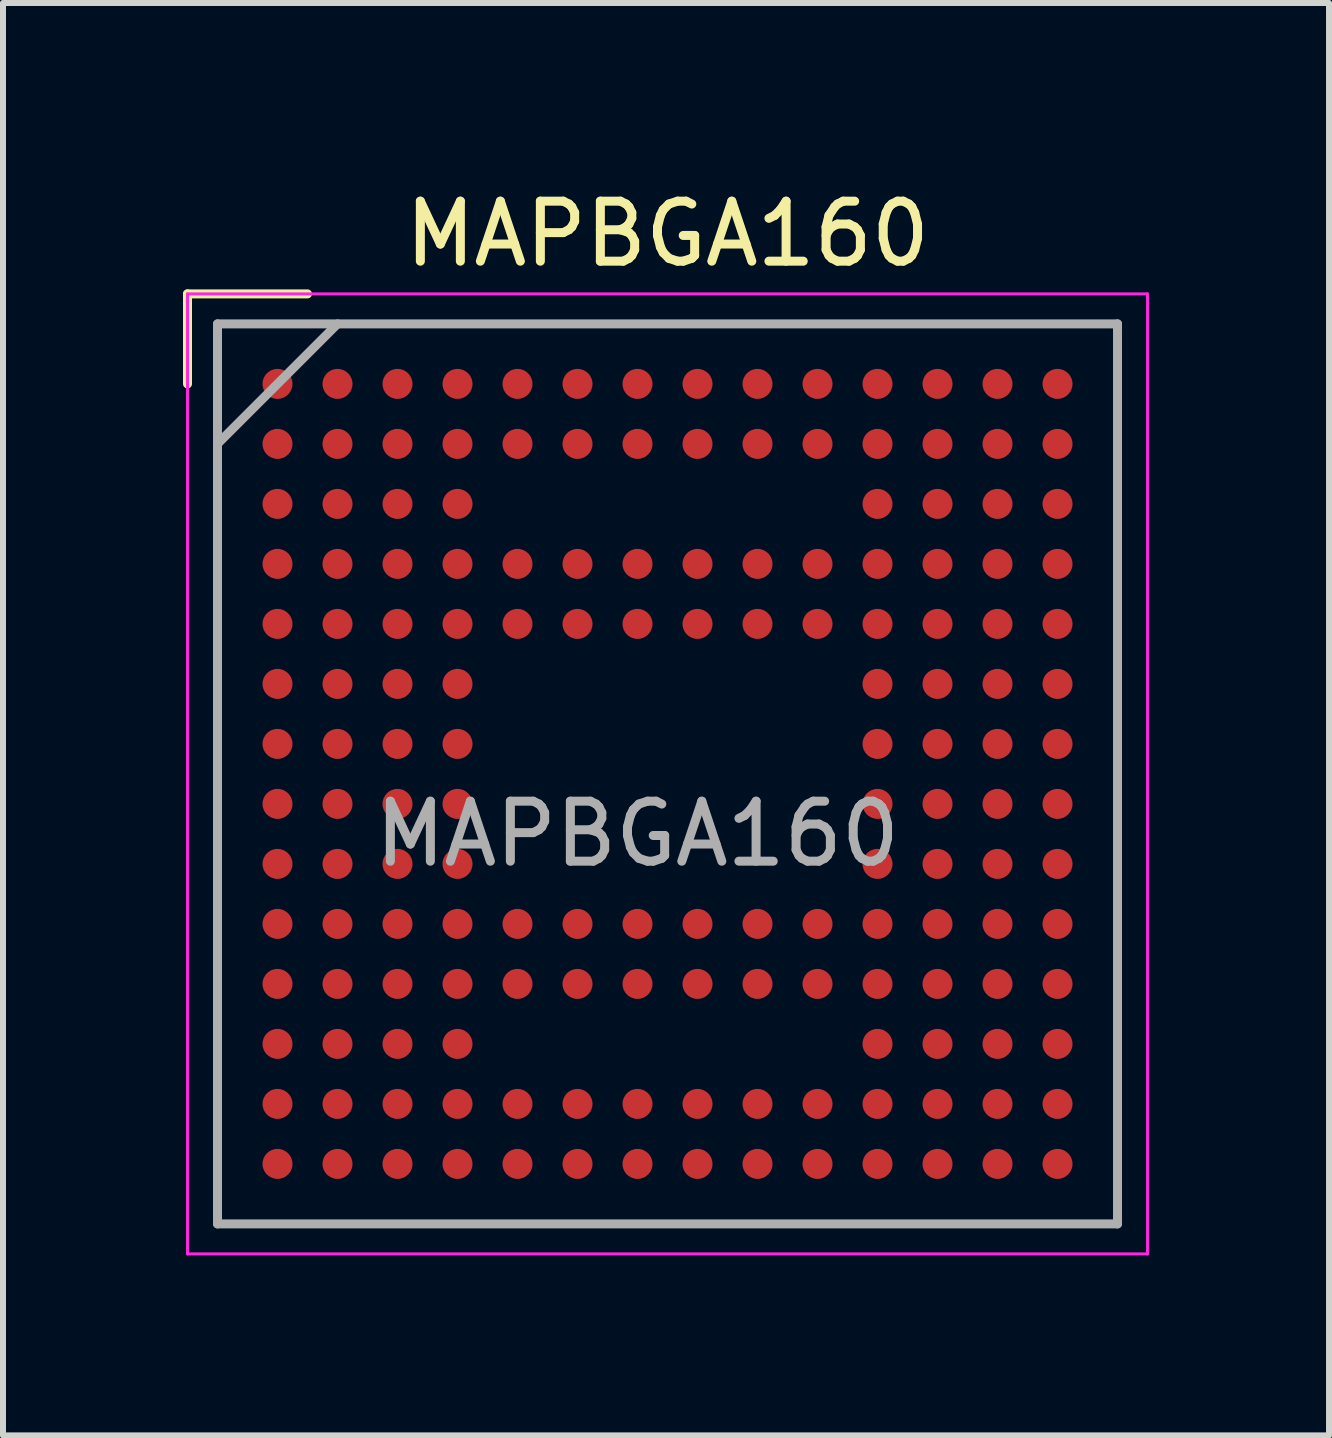
<source format=kicad_pcb>
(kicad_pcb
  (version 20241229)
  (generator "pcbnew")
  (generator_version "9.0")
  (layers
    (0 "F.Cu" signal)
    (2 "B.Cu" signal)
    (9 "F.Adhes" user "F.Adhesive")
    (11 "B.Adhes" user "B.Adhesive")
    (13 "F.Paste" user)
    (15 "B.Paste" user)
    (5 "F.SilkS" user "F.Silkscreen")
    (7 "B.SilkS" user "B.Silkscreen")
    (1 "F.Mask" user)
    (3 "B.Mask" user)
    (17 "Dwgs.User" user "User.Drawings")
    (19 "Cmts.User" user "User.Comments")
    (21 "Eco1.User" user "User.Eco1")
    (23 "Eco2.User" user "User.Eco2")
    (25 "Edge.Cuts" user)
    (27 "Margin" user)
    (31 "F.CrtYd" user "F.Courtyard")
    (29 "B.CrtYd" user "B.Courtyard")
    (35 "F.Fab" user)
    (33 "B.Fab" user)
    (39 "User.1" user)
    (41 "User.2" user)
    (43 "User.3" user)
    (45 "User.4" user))
  (footprint "MAPBGA160"
    (layer "F.Cu")
    (at 8.075 9.848)
    (property "Reference" "MAPBGA160" (at 0 -9 0) (layer "F.SilkS") (effects (font (size 1 1) (thickness 0.15))))
    (attr smd)
    (fp_line (start -8 -8) (end -8 -6.5) (stroke (width 0.15) (type solid)) (layer "F.SilkS"))
    (fp_line (start -6 -8) (end -8 -8) (stroke (width 0.15) (type solid)) (layer "F.SilkS"))
    (fp_line (start -8 -8) (end 8 -8) (stroke (width 0.05) (type solid)) (layer "F.CrtYd"))
    (fp_line (start -8 8) (end -8 -8) (stroke (width 0.05) (type solid)) (layer "F.CrtYd"))
    (fp_line (start 8 -8) (end 8 8) (stroke (width 0.05) (type solid)) (layer "F.CrtYd"))
    (fp_line (start 8 8) (end -8 8) (stroke (width 0.05) (type solid)) (layer "F.CrtYd"))
    (fp_line (start -7.5 -7.5) (end 7.5 -7.5) (stroke (width 0.15) (type solid)) (layer "F.Fab"))
    (fp_line (start -7.5 7.5) (end -7.5 -7.5) (stroke (width 0.15) (type solid)) (layer "F.Fab"))
    (fp_line (start -5.5 -7.5) (end -7.5 -5.5) (stroke (width 0.15) (type solid)) (layer "F.Fab"))
    (fp_line (start 7.5 -7.5) (end 7.5 7.5) (stroke (width 0.15) (type solid)) (layer "F.Fab"))
    (fp_line (start 7.5 7.5) (end -7.5 7.5) (stroke (width 0.15) (type solid)) (layer "F.Fab"))
    (fp_text user "${REFERENCE}" (at -0.5 1 0) (layer "F.Fab") (effects (font (size 1 1) (thickness 0.15))))
    (pad "" smd rect (at -6.5 -6.5) (size 0.5 0.5) (layers "F.Paste"))
    (pad "" smd rect (at -6.5 -5.5) (size 0.5 0.5) (layers "F.Paste"))
    (pad "" smd rect (at -6.5 -4.5) (size 0.5 0.5) (layers "F.Paste"))
    (pad "" smd rect (at -6.5 -3.5) (size 0.5 0.5) (layers "F.Paste"))
    (pad "" smd rect (at -6.5 -2.5) (size 0.5 0.5) (layers "F.Paste"))
    (pad "" smd rect (at -6.5 -1.5) (size 0.5 0.5) (layers "F.Paste"))
    (pad "" smd rect (at -6.5 -0.5) (size 0.5 0.5) (layers "F.Paste"))
    (pad "" smd rect (at -6.5 0.5) (size 0.5 0.5) (layers "F.Paste"))
    (pad "" smd rect (at -6.5 1.5) (size 0.5 0.5) (layers "F.Paste"))
    (pad "" smd rect (at -6.5 2.5) (size 0.5 0.5) (layers "F.Paste"))
    (pad "" smd rect (at -6.5 3.5) (size 0.5 0.5) (layers "F.Paste"))
    (pad "" smd rect (at -6.5 4.5) (size 0.5 0.5) (layers "F.Paste"))
    (pad "" smd rect (at -6.5 5.5) (size 0.5 0.5) (layers "F.Paste"))
    (pad "" smd rect (at -6.5 6.5) (size 0.5 0.5) (layers "F.Paste"))
    (pad "" smd rect (at -5.5 -6.5) (size 0.5 0.5) (layers "F.Paste"))
    (pad "" smd rect (at -5.5 -5.5) (size 0.5 0.5) (layers "F.Paste"))
    (pad "" smd rect (at -5.5 -4.5) (size 0.5 0.5) (layers "F.Paste"))
    (pad "" smd rect (at -5.5 -3.5) (size 0.5 0.5) (layers "F.Paste"))
    (pad "" smd rect (at -5.5 -2.5) (size 0.5 0.5) (layers "F.Paste"))
    (pad "" smd rect (at -5.5 -1.5) (size 0.5 0.5) (layers "F.Paste"))
    (pad "" smd rect (at -5.5 -0.5) (size 0.5 0.5) (layers "F.Paste"))
    (pad "" smd rect (at -5.5 0.5) (size 0.5 0.5) (layers "F.Paste"))
    (pad "" smd rect (at -5.5 1.5) (size 0.5 0.5) (layers "F.Paste"))
    (pad "" smd rect (at -5.5 2.5) (size 0.5 0.5) (layers "F.Paste"))
    (pad "" smd rect (at -5.5 3.5) (size 0.5 0.5) (layers "F.Paste"))
    (pad "" smd rect (at -5.5 4.5) (size 0.5 0.5) (layers "F.Paste"))
    (pad "" smd rect (at -5.5 5.5) (size 0.5 0.5) (layers "F.Paste"))
    (pad "" smd rect (at -5.5 6.5) (size 0.5 0.5) (layers "F.Paste"))
    (pad "" smd rect (at -4.5 -6.5) (size 0.5 0.5) (layers "F.Paste"))
    (pad "" smd rect (at -4.5 -5.5) (size 0.5 0.5) (layers "F.Paste"))
    (pad "" smd rect (at -4.5 -4.5) (size 0.5 0.5) (layers "F.Paste"))
    (pad "" smd rect (at -4.5 -3.5) (size 0.5 0.5) (layers "F.Paste"))
    (pad "" smd rect (at -4.5 -2.5) (size 0.5 0.5) (layers "F.Paste"))
    (pad "" smd rect (at -4.5 -1.5) (size 0.5 0.5) (layers "F.Paste"))
    (pad "" smd rect (at -4.5 -0.5) (size 0.5 0.5) (layers "F.Paste"))
    (pad "" smd rect (at -4.5 0.5) (size 0.5 0.5) (layers "F.Paste"))
    (pad "" smd rect (at -4.5 1.5) (size 0.5 0.5) (layers "F.Paste"))
    (pad "" smd rect (at -4.5 2.5) (size 0.5 0.5) (layers "F.Paste"))
    (pad "" smd rect (at -4.5 3.5) (size 0.5 0.5) (layers "F.Paste"))
    (pad "" smd rect (at -4.5 4.5) (size 0.5 0.5) (layers "F.Paste"))
    (pad "" smd rect (at -4.5 5.5) (size 0.5 0.5) (layers "F.Paste"))
    (pad "" smd rect (at -4.5 6.5) (size 0.5 0.5) (layers "F.Paste"))
    (pad "" smd rect (at -3.5 -6.5) (size 0.5 0.5) (layers "F.Paste"))
    (pad "" smd rect (at -3.5 -5.5) (size 0.5 0.5) (layers "F.Paste"))
    (pad "" smd rect (at -3.5 -4.5) (size 0.5 0.5) (layers "F.Paste"))
    (pad "" smd rect (at -3.5 -3.5) (size 0.5 0.5) (layers "F.Paste"))
    (pad "" smd rect (at -3.5 -2.5) (size 0.5 0.5) (layers "F.Paste"))
    (pad "" smd rect (at -3.5 -1.5) (size 0.5 0.5) (layers "F.Paste"))
    (pad "" smd rect (at -3.5 -0.5) (size 0.5 0.5) (layers "F.Paste"))
    (pad "" smd rect (at -3.5 0.5) (size 0.5 0.5) (layers "F.Paste"))
    (pad "" smd rect (at -3.5 1.5) (size 0.5 0.5) (layers "F.Paste"))
    (pad "" smd rect (at -3.5 2.5) (size 0.5 0.5) (layers "F.Paste"))
    (pad "" smd rect (at -3.5 3.5) (size 0.5 0.5) (layers "F.Paste"))
    (pad "" smd rect (at -3.5 4.5) (size 0.5 0.5) (layers "F.Paste"))
    (pad "" smd rect (at -3.5 5.5) (size 0.5 0.5) (layers "F.Paste"))
    (pad "" smd rect (at -3.5 6.5) (size 0.5 0.5) (layers "F.Paste"))
    (pad "" smd rect (at -2.5 -6.5) (size 0.5 0.5) (layers "F.Paste"))
    (pad "" smd rect (at -2.5 -5.5) (size 0.5 0.5) (layers "F.Paste"))
    (pad "" smd rect (at -2.5 -3.5) (size 0.5 0.5) (layers "F.Paste"))
    (pad "" smd rect (at -2.5 -2.5) (size 0.5 0.5) (layers "F.Paste"))
    (pad "" smd rect (at -2.5 2.5) (size 0.5 0.5) (layers "F.Paste"))
    (pad "" smd rect (at -2.5 3.5) (size 0.5 0.5) (layers "F.Paste"))
    (pad "" smd rect (at -2.5 5.5) (size 0.5 0.5) (layers "F.Paste"))
    (pad "" smd rect (at -2.5 6.5) (size 0.5 0.5) (layers "F.Paste"))
    (pad "" smd rect (at -1.5 -6.5) (size 0.5 0.5) (layers "F.Paste"))
    (pad "" smd rect (at -1.5 -5.5) (size 0.5 0.5) (layers "F.Paste"))
    (pad "" smd rect (at -1.5 -3.5) (size 0.5 0.5) (layers "F.Paste"))
    (pad "" smd rect (at -1.5 -2.5) (size 0.5 0.5) (layers "F.Paste"))
    (pad "" smd rect (at -1.5 2.5) (size 0.5 0.5) (layers "F.Paste"))
    (pad "" smd rect (at -1.5 3.5) (size 0.5 0.5) (layers "F.Paste"))
    (pad "" smd rect (at -1.5 5.5) (size 0.5 0.5) (layers "F.Paste"))
    (pad "" smd rect (at -1.5 6.5) (size 0.5 0.5) (layers "F.Paste"))
    (pad "" smd rect (at -0.5 -6.5) (size 0.5 0.5) (layers "F.Paste"))
    (pad "" smd rect (at -0.5 -5.5) (size 0.5 0.5) (layers "F.Paste"))
    (pad "" smd rect (at -0.5 -3.5) (size 0.5 0.5) (layers "F.Paste"))
    (pad "" smd rect (at -0.5 -2.5) (size 0.5 0.5) (layers "F.Paste"))
    (pad "" smd rect (at -0.5 2.5) (size 0.5 0.5) (layers "F.Paste"))
    (pad "" smd rect (at -0.5 3.5) (size 0.5 0.5) (layers "F.Paste"))
    (pad "" smd rect (at -0.5 5.5) (size 0.5 0.5) (layers "F.Paste"))
    (pad "" smd rect (at -0.5 6.5) (size 0.5 0.5) (layers "F.Paste"))
    (pad "" smd rect (at 0.5 -6.5) (size 0.5 0.5) (layers "F.Paste"))
    (pad "" smd rect (at 0.5 -5.5) (size 0.5 0.5) (layers "F.Paste"))
    (pad "" smd rect (at 0.5 -3.5) (size 0.5 0.5) (layers "F.Paste"))
    (pad "" smd rect (at 0.5 -2.5) (size 0.5 0.5) (layers "F.Paste"))
    (pad "" smd rect (at 0.5 2.5) (size 0.5 0.5) (layers "F.Paste"))
    (pad "" smd rect (at 0.5 3.5) (size 0.5 0.5) (layers "F.Paste"))
    (pad "" smd rect (at 0.5 5.5) (size 0.5 0.5) (layers "F.Paste"))
    (pad "" smd rect (at 0.5 6.5) (size 0.5 0.5) (layers "F.Paste"))
    (pad "" smd rect (at 1.5 -6.5) (size 0.5 0.5) (layers "F.Paste"))
    (pad "" smd rect (at 1.5 -5.5) (size 0.5 0.5) (layers "F.Paste"))
    (pad "" smd rect (at 1.5 -3.5) (size 0.5 0.5) (layers "F.Paste"))
    (pad "" smd rect (at 1.5 -2.5) (size 0.5 0.5) (layers "F.Paste"))
    (pad "" smd rect (at 1.5 2.5) (size 0.5 0.5) (layers "F.Paste"))
    (pad "" smd rect (at 1.5 3.5) (size 0.5 0.5) (layers "F.Paste"))
    (pad "" smd rect (at 1.5 5.5) (size 0.5 0.5) (layers "F.Paste"))
    (pad "" smd rect (at 1.5 6.5) (size 0.5 0.5) (layers "F.Paste"))
    (pad "" smd rect (at 2.5 -6.5) (size 0.5 0.5) (layers "F.Paste"))
    (pad "" smd rect (at 2.5 -5.5) (size 0.5 0.5) (layers "F.Paste"))
    (pad "" smd rect (at 2.5 -3.5) (size 0.5 0.5) (layers "F.Paste"))
    (pad "" smd rect (at 2.5 -2.5) (size 0.5 0.5) (layers "F.Paste"))
    (pad "" smd rect (at 2.5 2.5) (size 0.5 0.5) (layers "F.Paste"))
    (pad "" smd rect (at 2.5 3.5) (size 0.5 0.5) (layers "F.Paste"))
    (pad "" smd rect (at 2.5 5.5) (size 0.5 0.5) (layers "F.Paste"))
    (pad "" smd rect (at 2.5 6.5) (size 0.5 0.5) (layers "F.Paste"))
    (pad "" smd rect (at 3.5 -6.5) (size 0.5 0.5) (layers "F.Paste"))
    (pad "" smd rect (at 3.5 -5.5) (size 0.5 0.5) (layers "F.Paste"))
    (pad "" smd rect (at 3.5 -4.5) (size 0.5 0.5) (layers "F.Paste"))
    (pad "" smd rect (at 3.5 -3.5) (size 0.5 0.5) (layers "F.Paste"))
    (pad "" smd rect (at 3.5 -2.5) (size 0.5 0.5) (layers "F.Paste"))
    (pad "" smd rect (at 3.5 -1.5) (size 0.5 0.5) (layers "F.Paste"))
    (pad "" smd rect (at 3.5 -0.5) (size 0.5 0.5) (layers "F.Paste"))
    (pad "" smd rect (at 3.5 0.5) (size 0.5 0.5) (layers "F.Paste"))
    (pad "" smd rect (at 3.5 1.5) (size 0.5 0.5) (layers "F.Paste"))
    (pad "" smd rect (at 3.5 2.5) (size 0.5 0.5) (layers "F.Paste"))
    (pad "" smd rect (at 3.5 3.5) (size 0.5 0.5) (layers "F.Paste"))
    (pad "" smd rect (at 3.5 4.5) (size 0.5 0.5) (layers "F.Paste"))
    (pad "" smd rect (at 3.5 5.5) (size 0.5 0.5) (layers "F.Paste"))
    (pad "" smd rect (at 3.5 6.5) (size 0.5 0.5) (layers "F.Paste"))
    (pad "" smd rect (at 4.5 -6.5) (size 0.5 0.5) (layers "F.Paste"))
    (pad "" smd rect (at 4.5 -5.5) (size 0.5 0.5) (layers "F.Paste"))
    (pad "" smd rect (at 4.5 -4.5) (size 0.5 0.5) (layers "F.Paste"))
    (pad "" smd rect (at 4.5 -3.5) (size 0.5 0.5) (layers "F.Paste"))
    (pad "" smd rect (at 4.5 -2.5) (size 0.5 0.5) (layers "F.Paste"))
    (pad "" smd rect (at 4.5 -1.5) (size 0.5 0.5) (layers "F.Paste"))
    (pad "" smd rect (at 4.5 -0.5) (size 0.5 0.5) (layers "F.Paste"))
    (pad "" smd rect (at 4.5 0.5) (size 0.5 0.5) (layers "F.Paste"))
    (pad "" smd rect (at 4.5 1.5) (size 0.5 0.5) (layers "F.Paste"))
    (pad "" smd rect (at 4.5 2.5) (size 0.5 0.5) (layers "F.Paste"))
    (pad "" smd rect (at 4.5 3.5) (size 0.5 0.5) (layers "F.Paste"))
    (pad "" smd rect (at 4.5 4.5) (size 0.5 0.5) (layers "F.Paste"))
    (pad "" smd rect (at 4.5 5.5) (size 0.5 0.5) (layers "F.Paste"))
    (pad "" smd rect (at 4.5 6.5) (size 0.5 0.5) (layers "F.Paste"))
    (pad "" smd rect (at 5.5 -6.5) (size 0.5 0.5) (layers "F.Paste"))
    (pad "" smd rect (at 5.5 -5.5) (size 0.5 0.5) (layers "F.Paste"))
    (pad "" smd rect (at 5.5 -4.5) (size 0.5 0.5) (layers "F.Paste"))
    (pad "" smd rect (at 5.5 -3.5) (size 0.5 0.5) (layers "F.Paste"))
    (pad "" smd rect (at 5.5 -2.5) (size 0.5 0.5) (layers "F.Paste"))
    (pad "" smd rect (at 5.5 -1.5) (size 0.5 0.5) (layers "F.Paste"))
    (pad "" smd rect (at 5.5 -0.5) (size 0.5 0.5) (layers "F.Paste"))
    (pad "" smd rect (at 5.5 0.5) (size 0.5 0.5) (layers "F.Paste"))
    (pad "" smd rect (at 5.5 1.5) (size 0.5 0.5) (layers "F.Paste"))
    (pad "" smd rect (at 5.5 2.5) (size 0.5 0.5) (layers "F.Paste"))
    (pad "" smd rect (at 5.5 3.5) (size 0.5 0.5) (layers "F.Paste"))
    (pad "" smd rect (at 5.5 4.5) (size 0.5 0.5) (layers "F.Paste"))
    (pad "" smd rect (at 5.5 5.5) (size 0.5 0.5) (layers "F.Paste"))
    (pad "" smd rect (at 5.5 6.5) (size 0.5 0.5) (layers "F.Paste"))
    (pad "" smd rect (at 6.5 -6.5) (size 0.5 0.5) (layers "F.Paste"))
    (pad "" smd rect (at 6.5 -5.5) (size 0.5 0.5) (layers "F.Paste"))
    (pad "" smd rect (at 6.5 -4.5) (size 0.5 0.5) (layers "F.Paste"))
    (pad "" smd rect (at 6.5 -3.5) (size 0.5 0.5) (layers "F.Paste"))
    (pad "" smd rect (at 6.5 -2.5) (size 0.5 0.5) (layers "F.Paste"))
    (pad "" smd rect (at 6.5 -1.5) (size 0.5 0.5) (layers "F.Paste"))
    (pad "" smd rect (at 6.5 -0.5) (size 0.5 0.5) (layers "F.Paste"))
    (pad "" smd rect (at 6.5 0.5) (size 0.5 0.5) (layers "F.Paste"))
    (pad "" smd rect (at 6.5 1.5) (size 0.5 0.5) (layers "F.Paste"))
    (pad "" smd rect (at 6.5 2.5) (size 0.5 0.5) (layers "F.Paste"))
    (pad "" smd rect (at 6.5 3.5) (size 0.5 0.5) (layers "F.Paste"))
    (pad "" smd rect (at 6.5 4.5) (size 0.5 0.5) (layers "F.Paste"))
    (pad "" smd rect (at 6.5 5.5) (size 0.5 0.5) (layers "F.Paste"))
    (pad "" smd rect (at 6.5 6.5) (size 0.5 0.5) (layers "F.Paste"))
    (pad "A1" smd circle (at -6.5 -6.5) (size 0.5 0.5) (layers "F.Cu" "F.Mask"))
    (pad "A2" smd circle (at -5.5 -6.5) (size 0.5 0.5) (layers "F.Cu" "F.Mask"))
    (pad "A3" smd circle (at -4.5 -6.5) (size 0.5 0.5) (layers "F.Cu" "F.Mask"))
    (pad "A4" smd circle (at -3.5 -6.5) (size 0.5 0.5) (layers "F.Cu" "F.Mask"))
    (pad "A5" smd circle (at -2.5 -6.5) (size 0.5 0.5) (layers "F.Cu" "F.Mask"))
    (pad "A6" smd circle (at -1.5 -6.5) (size 0.5 0.5) (layers "F.Cu" "F.Mask"))
    (pad "A7" smd circle (at -0.5 -6.5) (size 0.5 0.5) (layers "F.Cu" "F.Mask"))
    (pad "A8" smd circle (at 0.5 -6.5) (size 0.5 0.5) (layers "F.Cu" "F.Mask"))
    (pad "A9" smd circle (at 1.5 -6.5) (size 0.5 0.5) (layers "F.Cu" "F.Mask"))
    (pad "A10" smd circle (at 2.5 -6.5) (size 0.5 0.5) (layers "F.Cu" "F.Mask"))
    (pad "A11" smd circle (at 3.5 -6.5) (size 0.5 0.5) (layers "F.Cu" "F.Mask"))
    (pad "A12" smd circle (at 4.5 -6.5) (size 0.5 0.5) (layers "F.Cu" "F.Mask"))
    (pad "A13" smd circle (at 5.5 -6.5) (size 0.5 0.5) (layers "F.Cu" "F.Mask"))
    (pad "A14" smd circle (at 6.5 -6.5) (size 0.5 0.5) (layers "F.Cu" "F.Mask"))
    (pad "B1" smd circle (at -6.5 -5.5) (size 0.5 0.5) (layers "F.Cu" "F.Mask"))
    (pad "B2" smd circle (at -5.5 -5.5) (size 0.5 0.5) (layers "F.Cu" "F.Mask"))
    (pad "B3" smd circle (at -4.5 -5.5) (size 0.5 0.5) (layers "F.Cu" "F.Mask"))
    (pad "B4" smd circle (at -3.5 -5.5) (size 0.5 0.5) (layers "F.Cu" "F.Mask"))
    (pad "B5" smd circle (at -2.5 -5.5) (size 0.5 0.5) (layers "F.Cu" "F.Mask"))
    (pad "B6" smd circle (at -1.5 -5.5) (size 0.5 0.5) (layers "F.Cu" "F.Mask"))
    (pad "B7" smd circle (at -0.5 -5.5) (size 0.5 0.5) (layers "F.Cu" "F.Mask"))
    (pad "B8" smd circle (at 0.5 -5.5) (size 0.5 0.5) (layers "F.Cu" "F.Mask"))
    (pad "B9" smd circle (at 1.5 -5.5) (size 0.5 0.5) (layers "F.Cu" "F.Mask"))
    (pad "B10" smd circle (at 2.5 -5.5) (size 0.5 0.5) (layers "F.Cu" "F.Mask"))
    (pad "B11" smd circle (at 3.5 -5.5) (size 0.5 0.5) (layers "F.Cu" "F.Mask"))
    (pad "B12" smd circle (at 4.5 -5.5) (size 0.5 0.5) (layers "F.Cu" "F.Mask"))
    (pad "B13" smd circle (at 5.5 -5.5) (size 0.5 0.5) (layers "F.Cu" "F.Mask"))
    (pad "B14" smd circle (at 6.5 -5.5) (size 0.5 0.5) (layers "F.Cu" "F.Mask"))
    (pad "C1" smd circle (at -6.5 -4.5) (size 0.5 0.5) (layers "F.Cu" "F.Mask"))
    (pad "C2" smd circle (at -5.5 -4.5) (size 0.5 0.5) (layers "F.Cu" "F.Mask"))
    (pad "C3" smd circle (at -4.5 -4.5) (size 0.5 0.5) (layers "F.Cu" "F.Mask"))
    (pad "C4" smd circle (at -3.5 -4.5) (size 0.5 0.5) (layers "F.Cu" "F.Mask"))
    (pad "C11" smd circle (at 3.5 -4.5) (size 0.5 0.5) (layers "F.Cu" "F.Mask"))
    (pad "C12" smd circle (at 4.5 -4.5) (size 0.5 0.5) (layers "F.Cu" "F.Mask"))
    (pad "C13" smd circle (at 5.5 -4.5) (size 0.5 0.5) (layers "F.Cu" "F.Mask"))
    (pad "C14" smd circle (at 6.5 -4.5) (size 0.5 0.5) (layers "F.Cu" "F.Mask"))
    (pad "D1" smd circle (at -6.5 -3.5) (size 0.5 0.5) (layers "F.Cu" "F.Mask"))
    (pad "D2" smd circle (at -5.5 -3.5) (size 0.5 0.5) (layers "F.Cu" "F.Mask"))
    (pad "D3" smd circle (at -4.5 -3.5) (size 0.5 0.5) (layers "F.Cu" "F.Mask"))
    (pad "D4" smd circle (at -3.5 -3.5) (size 0.5 0.5) (layers "F.Cu" "F.Mask"))
    (pad "D5" smd circle (at -2.5 -3.5) (size 0.5 0.5) (layers "F.Cu" "F.Mask"))
    (pad "D6" smd circle (at -1.5 -3.5) (size 0.5 0.5) (layers "F.Cu" "F.Mask"))
    (pad "D7" smd circle (at -0.5 -3.5) (size 0.5 0.5) (layers "F.Cu" "F.Mask"))
    (pad "D8" smd circle (at 0.5 -3.5) (size 0.5 0.5) (layers "F.Cu" "F.Mask"))
    (pad "D9" smd circle (at 1.5 -3.5) (size 0.5 0.5) (layers "F.Cu" "F.Mask"))
    (pad "D10" smd circle (at 2.5 -3.5) (size 0.5 0.5) (layers "F.Cu" "F.Mask"))
    (pad "D11" smd circle (at 3.5 -3.5) (size 0.5 0.5) (layers "F.Cu" "F.Mask"))
    (pad "D12" smd circle (at 4.5 -3.5) (size 0.5 0.5) (layers "F.Cu" "F.Mask"))
    (pad "D13" smd circle (at 5.5 -3.5) (size 0.5 0.5) (layers "F.Cu" "F.Mask"))
    (pad "D14" smd circle (at 6.5 -3.5) (size 0.5 0.5) (layers "F.Cu" "F.Mask"))
    (pad "E1" smd circle (at -6.5 -2.5) (size 0.5 0.5) (layers "F.Cu" "F.Mask"))
    (pad "E2" smd circle (at -5.5 -2.5) (size 0.5 0.5) (layers "F.Cu" "F.Mask"))
    (pad "E3" smd circle (at -4.5 -2.5) (size 0.5 0.5) (layers "F.Cu" "F.Mask"))
    (pad "E4" smd circle (at -3.5 -2.5) (size 0.5 0.5) (layers "F.Cu" "F.Mask"))
    (pad "E5" smd circle (at -2.5 -2.5) (size 0.5 0.5) (layers "F.Cu" "F.Mask"))
    (pad "E6" smd circle (at -1.5 -2.5) (size 0.5 0.5) (layers "F.Cu" "F.Mask"))
    (pad "E7" smd circle (at -0.5 -2.5) (size 0.5 0.5) (layers "F.Cu" "F.Mask"))
    (pad "E8" smd circle (at 0.5 -2.5) (size 0.5 0.5) (layers "F.Cu" "F.Mask"))
    (pad "E9" smd circle (at 1.5 -2.5) (size 0.5 0.5) (layers "F.Cu" "F.Mask"))
    (pad "E10" smd circle (at 2.5 -2.5) (size 0.5 0.5) (layers "F.Cu" "F.Mask"))
    (pad "E11" smd circle (at 3.5 -2.5) (size 0.5 0.5) (layers "F.Cu" "F.Mask"))
    (pad "E12" smd circle (at 4.5 -2.5) (size 0.5 0.5) (layers "F.Cu" "F.Mask"))
    (pad "E13" smd circle (at 5.5 -2.5) (size 0.5 0.5) (layers "F.Cu" "F.Mask"))
    (pad "E14" smd circle (at 6.5 -2.5) (size 0.5 0.5) (layers "F.Cu" "F.Mask"))
    (pad "F1" smd circle (at -6.5 -1.5) (size 0.5 0.5) (layers "F.Cu" "F.Mask"))
    (pad "F2" smd circle (at -5.5 -1.5) (size 0.5 0.5) (layers "F.Cu" "F.Mask"))
    (pad "F3" smd circle (at -4.5 -1.5) (size 0.5 0.5) (layers "F.Cu" "F.Mask"))
    (pad "F4" smd circle (at -3.5 -1.5) (size 0.5 0.5) (layers "F.Cu" "F.Mask"))
    (pad "F11" smd circle (at 3.5 -1.5) (size 0.5 0.5) (layers "F.Cu" "F.Mask"))
    (pad "F12" smd circle (at 4.5 -1.5) (size 0.5 0.5) (layers "F.Cu" "F.Mask"))
    (pad "F13" smd circle (at 5.5 -1.5) (size 0.5 0.5) (layers "F.Cu" "F.Mask"))
    (pad "F14" smd circle (at 6.5 -1.5) (size 0.5 0.5) (layers "F.Cu" "F.Mask"))
    (pad "G1" smd circle (at -6.5 -0.5) (size 0.5 0.5) (layers "F.Cu" "F.Mask"))
    (pad "G2" smd circle (at -5.5 -0.5) (size 0.5 0.5) (layers "F.Cu" "F.Mask"))
    (pad "G3" smd circle (at -4.5 -0.5) (size 0.5 0.5) (layers "F.Cu" "F.Mask"))
    (pad "G4" smd circle (at -3.5 -0.5) (size 0.5 0.5) (layers "F.Cu" "F.Mask"))
    (pad "G11" smd circle (at 3.5 -0.5) (size 0.5 0.5) (layers "F.Cu" "F.Mask"))
    (pad "G12" smd circle (at 4.5 -0.5) (size 0.5 0.5) (layers "F.Cu" "F.Mask"))
    (pad "G13" smd circle (at 5.5 -0.5) (size 0.5 0.5) (layers "F.Cu" "F.Mask"))
    (pad "G14" smd circle (at 6.5 -0.5) (size 0.5 0.5) (layers "F.Cu" "F.Mask"))
    (pad "H1" smd circle (at -6.5 0.5) (size 0.5 0.5) (layers "F.Cu" "F.Mask"))
    (pad "H2" smd circle (at -5.5 0.5) (size 0.5 0.5) (layers "F.Cu" "F.Mask"))
    (pad "H3" smd circle (at -4.5 0.5) (size 0.5 0.5) (layers "F.Cu" "F.Mask"))
    (pad "H4" smd circle (at -3.5 0.5) (size 0.5 0.5) (layers "F.Cu" "F.Mask"))
    (pad "H11" smd circle (at 3.5 0.5) (size 0.5 0.5) (layers "F.Cu" "F.Mask"))
    (pad "H12" smd circle (at 4.5 0.5) (size 0.5 0.5) (layers "F.Cu" "F.Mask"))
    (pad "H13" smd circle (at 5.5 0.5) (size 0.5 0.5) (layers "F.Cu" "F.Mask"))
    (pad "H14" smd circle (at 6.5 0.5) (size 0.5 0.5) (layers "F.Cu" "F.Mask"))
    (pad "J1" smd circle (at -6.5 1.5) (size 0.5 0.5) (layers "F.Cu" "F.Mask"))
    (pad "J2" smd circle (at -5.5 1.5) (size 0.5 0.5) (layers "F.Cu" "F.Mask"))
    (pad "J3" smd circle (at -4.5 1.5) (size 0.5 0.5) (layers "F.Cu" "F.Mask"))
    (pad "J4" smd circle (at -3.5 1.5) (size 0.5 0.5) (layers "F.Cu" "F.Mask"))
    (pad "J11" smd circle (at 3.5 1.5) (size 0.5 0.5) (layers "F.Cu" "F.Mask"))
    (pad "J12" smd circle (at 4.5 1.5) (size 0.5 0.5) (layers "F.Cu" "F.Mask"))
    (pad "J13" smd circle (at 5.5 1.5) (size 0.5 0.5) (layers "F.Cu" "F.Mask"))
    (pad "J14" smd circle (at 6.5 1.5) (size 0.5 0.5) (layers "F.Cu" "F.Mask"))
    (pad "K1" smd circle (at -6.5 2.5) (size 0.5 0.5) (layers "F.Cu" "F.Mask"))
    (pad "K2" smd circle (at -5.5 2.5) (size 0.5 0.5) (layers "F.Cu" "F.Mask"))
    (pad "K3" smd circle (at -4.5 2.5) (size 0.5 0.5) (layers "F.Cu" "F.Mask"))
    (pad "K4" smd circle (at -3.5 2.5) (size 0.5 0.5) (layers "F.Cu" "F.Mask"))
    (pad "K5" smd circle (at -2.5 2.5) (size 0.5 0.5) (layers "F.Cu" "F.Mask"))
    (pad "K6" smd circle (at -1.5 2.5) (size 0.5 0.5) (layers "F.Cu" "F.Mask"))
    (pad "K7" smd circle (at -0.5 2.5) (size 0.5 0.5) (layers "F.Cu" "F.Mask"))
    (pad "K8" smd circle (at 0.5 2.5) (size 0.5 0.5) (layers "F.Cu" "F.Mask"))
    (pad "K9" smd circle (at 1.5 2.5) (size 0.5 0.5) (layers "F.Cu" "F.Mask"))
    (pad "K10" smd circle (at 2.5 2.5) (size 0.5 0.5) (layers "F.Cu" "F.Mask"))
    (pad "K11" smd circle (at 3.5 2.5) (size 0.5 0.5) (layers "F.Cu" "F.Mask"))
    (pad "K12" smd circle (at 4.5 2.5) (size 0.5 0.5) (layers "F.Cu" "F.Mask"))
    (pad "K13" smd circle (at 5.5 2.5) (size 0.5 0.5) (layers "F.Cu" "F.Mask"))
    (pad "K14" smd circle (at 6.5 2.5) (size 0.5 0.5) (layers "F.Cu" "F.Mask"))
    (pad "L1" smd circle (at -6.5 3.5) (size 0.5 0.5) (layers "F.Cu" "F.Mask"))
    (pad "L2" smd circle (at -5.5 3.5) (size 0.5 0.5) (layers "F.Cu" "F.Mask"))
    (pad "L3" smd circle (at -4.5 3.5) (size 0.5 0.5) (layers "F.Cu" "F.Mask"))
    (pad "L4" smd circle (at -3.5 3.5) (size 0.5 0.5) (layers "F.Cu" "F.Mask"))
    (pad "L5" smd circle (at -2.5 3.5) (size 0.5 0.5) (layers "F.Cu" "F.Mask"))
    (pad "L6" smd circle (at -1.5 3.5) (size 0.5 0.5) (layers "F.Cu" "F.Mask"))
    (pad "L7" smd circle (at -0.5 3.5) (size 0.5 0.5) (layers "F.Cu" "F.Mask"))
    (pad "L8" smd circle (at 0.5 3.5) (size 0.5 0.5) (layers "F.Cu" "F.Mask"))
    (pad "L9" smd circle (at 1.5 3.5) (size 0.5 0.5) (layers "F.Cu" "F.Mask"))
    (pad "L10" smd circle (at 2.5 3.5) (size 0.5 0.5) (layers "F.Cu" "F.Mask"))
    (pad "L11" smd circle (at 3.5 3.5) (size 0.5 0.5) (layers "F.Cu" "F.Mask"))
    (pad "L12" smd circle (at 4.5 3.5) (size 0.5 0.5) (layers "F.Cu" "F.Mask"))
    (pad "L13" smd circle (at 5.5 3.5) (size 0.5 0.5) (layers "F.Cu" "F.Mask"))
    (pad "L14" smd circle (at 6.5 3.5) (size 0.5 0.5) (layers "F.Cu" "F.Mask"))
    (pad "M1" smd circle (at -6.5 4.5) (size 0.5 0.5) (layers "F.Cu" "F.Mask"))
    (pad "M2" smd circle (at -5.5 4.5) (size 0.5 0.5) (layers "F.Cu" "F.Mask"))
    (pad "M3" smd circle (at -4.5 4.5) (size 0.5 0.5) (layers "F.Cu" "F.Mask"))
    (pad "M4" smd circle (at -3.5 4.5) (size 0.5 0.5) (layers "F.Cu" "F.Mask"))
    (pad "M11" smd circle (at 3.5 4.5) (size 0.5 0.5) (layers "F.Cu" "F.Mask"))
    (pad "M12" smd circle (at 4.5 4.5) (size 0.5 0.5) (layers "F.Cu" "F.Mask"))
    (pad "M13" smd circle (at 5.5 4.5) (size 0.5 0.5) (layers "F.Cu" "F.Mask"))
    (pad "M14" smd circle (at 6.5 4.5) (size 0.5 0.5) (layers "F.Cu" "F.Mask"))
    (pad "N1" smd circle (at -6.5 5.5) (size 0.5 0.5) (layers "F.Cu" "F.Mask"))
    (pad "N2" smd circle (at -5.5 5.5) (size 0.5 0.5) (layers "F.Cu" "F.Mask"))
    (pad "N3" smd circle (at -4.5 5.5) (size 0.5 0.5) (layers "F.Cu" "F.Mask"))
    (pad "N4" smd circle (at -3.5 5.5) (size 0.5 0.5) (layers "F.Cu" "F.Mask"))
    (pad "N5" smd circle (at -2.5 5.5) (size 0.5 0.5) (layers "F.Cu" "F.Mask"))
    (pad "N6" smd circle (at -1.5 5.5) (size 0.5 0.5) (layers "F.Cu" "F.Mask"))
    (pad "N7" smd circle (at -0.5 5.5) (size 0.5 0.5) (layers "F.Cu" "F.Mask"))
    (pad "N8" smd circle (at 0.5 5.5) (size 0.5 0.5) (layers "F.Cu" "F.Mask"))
    (pad "N9" smd circle (at 1.5 5.5) (size 0.5 0.5) (layers "F.Cu" "F.Mask"))
    (pad "N10" smd circle (at 2.5 5.5) (size 0.5 0.5) (layers "F.Cu" "F.Mask"))
    (pad "N11" smd circle (at 3.5 5.5) (size 0.5 0.5) (layers "F.Cu" "F.Mask"))
    (pad "N12" smd circle (at 4.5 5.5) (size 0.5 0.5) (layers "F.Cu" "F.Mask"))
    (pad "N13" smd circle (at 5.5 5.5) (size 0.5 0.5) (layers "F.Cu" "F.Mask"))
    (pad "N14" smd circle (at 6.5 5.5) (size 0.5 0.5) (layers "F.Cu" "F.Mask"))
    (pad "P1" smd circle (at -6.5 6.5) (size 0.5 0.5) (layers "F.Cu" "F.Mask"))
    (pad "P2" smd circle (at -5.5 6.5) (size 0.5 0.5) (layers "F.Cu" "F.Mask"))
    (pad "P3" smd circle (at -4.5 6.5) (size 0.5 0.5) (layers "F.Cu" "F.Mask"))
    (pad "P4" smd circle (at -3.5 6.5) (size 0.5 0.5) (layers "F.Cu" "F.Mask"))
    (pad "P5" smd circle (at -2.5 6.5) (size 0.5 0.5) (layers "F.Cu" "F.Mask"))
    (pad "P6" smd circle (at -1.5 6.5) (size 0.5 0.5) (layers "F.Cu" "F.Mask"))
    (pad "P7" smd circle (at -0.5 6.5) (size 0.5 0.5) (layers "F.Cu" "F.Mask"))
    (pad "P8" smd circle (at 0.5 6.5) (size 0.5 0.5) (layers "F.Cu" "F.Mask"))
    (pad "P9" smd circle (at 1.5 6.5) (size 0.5 0.5) (layers "F.Cu" "F.Mask"))
    (pad "P10" smd circle (at 2.5 6.5) (size 0.5 0.5) (layers "F.Cu" "F.Mask"))
    (pad "P11" smd circle (at 3.5 6.5) (size 0.5 0.5) (layers "F.Cu" "F.Mask"))
    (pad "P12" smd circle (at 4.5 6.5) (size 0.5 0.5) (layers "F.Cu" "F.Mask"))
    (pad "P13" smd circle (at 5.5 6.5) (size 0.5 0.5) (layers "F.Cu" "F.Mask"))
    (pad "P14" smd circle (at 6.5 6.5) (size 0.5 0.5) (layers "F.Cu" "F.Mask")))
  (gr_rect
    (start -3 -3)
    (end 19.1 20.873)
    (stroke (width 0.1) (type default))
    (fill no)
    (layer "Edge.Cuts")))
</source>
